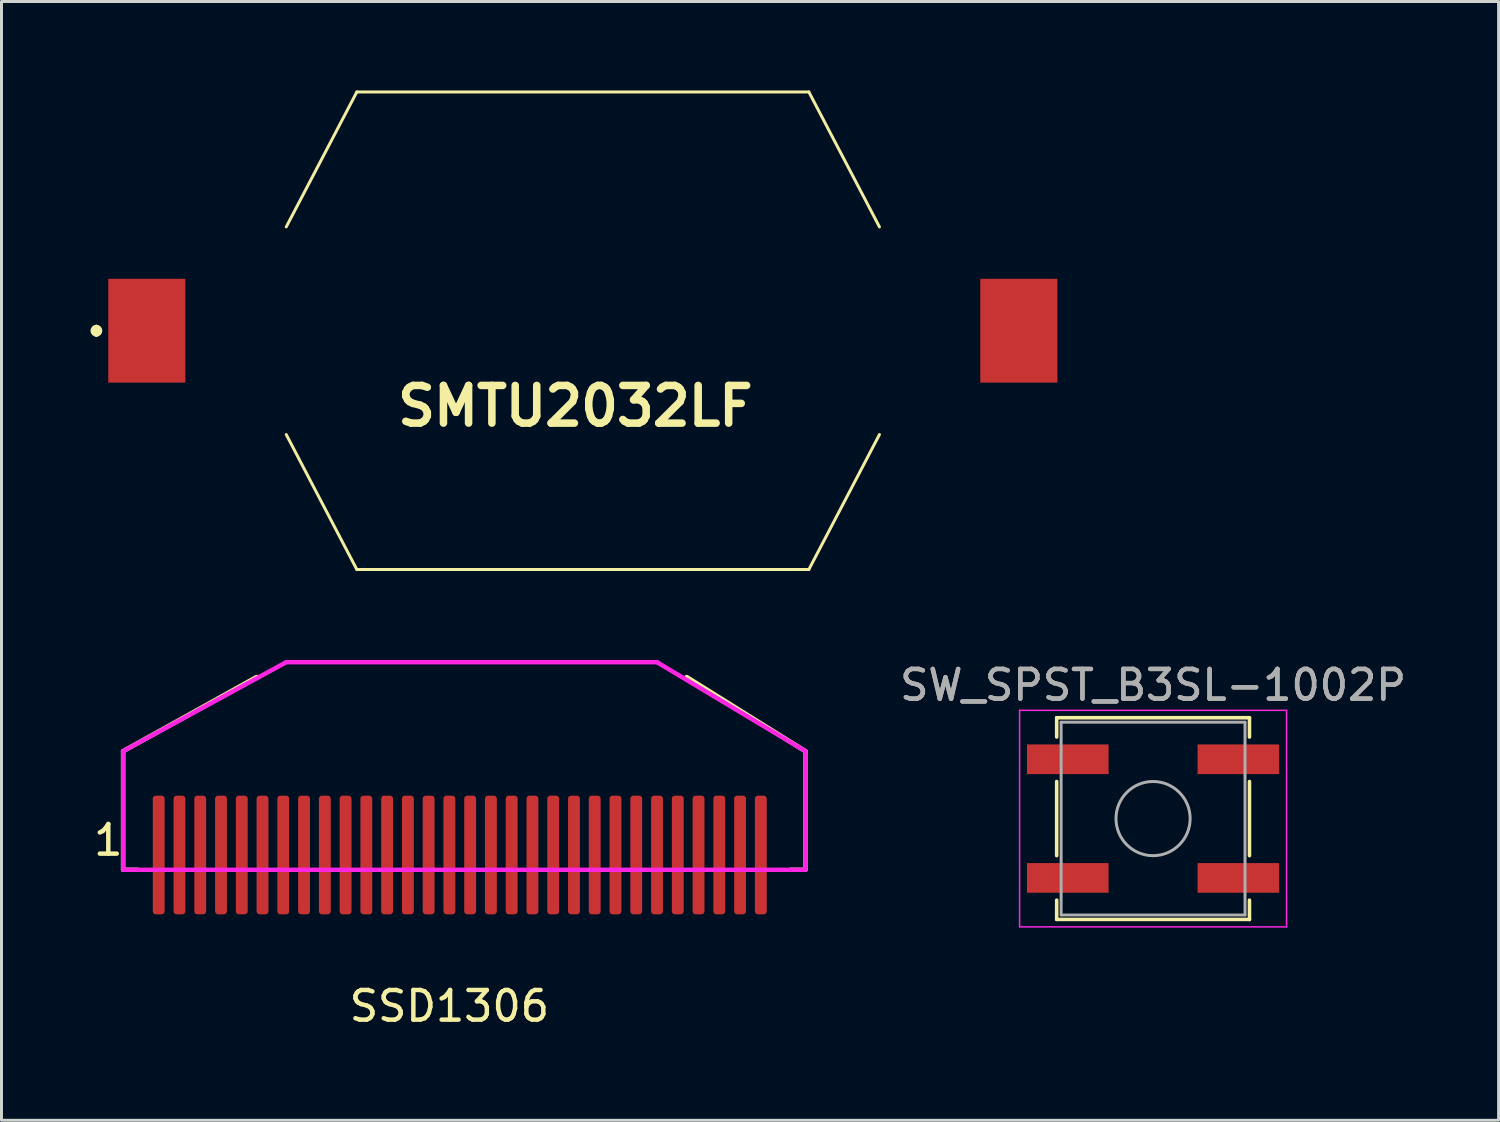
<source format=kicad_pcb>
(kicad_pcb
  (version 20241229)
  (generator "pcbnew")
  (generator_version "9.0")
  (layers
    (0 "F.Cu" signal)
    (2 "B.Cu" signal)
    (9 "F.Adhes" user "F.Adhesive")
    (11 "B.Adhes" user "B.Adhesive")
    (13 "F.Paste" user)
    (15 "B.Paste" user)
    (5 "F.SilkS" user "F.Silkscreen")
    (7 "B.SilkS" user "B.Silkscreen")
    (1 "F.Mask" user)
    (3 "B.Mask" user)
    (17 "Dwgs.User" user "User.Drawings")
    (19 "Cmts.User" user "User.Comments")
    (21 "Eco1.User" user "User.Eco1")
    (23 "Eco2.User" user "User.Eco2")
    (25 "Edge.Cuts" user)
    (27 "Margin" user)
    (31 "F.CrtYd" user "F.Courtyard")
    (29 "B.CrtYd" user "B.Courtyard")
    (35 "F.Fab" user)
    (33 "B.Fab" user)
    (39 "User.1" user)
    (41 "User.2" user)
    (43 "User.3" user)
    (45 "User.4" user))
  (footprint "SSD1306"
    (layer "F.Cu")
    (at 12.101 24.775)
    (property "Reference" "SSD1306" (at 0 6.096 0) (layer "F.SilkS") (effects (font (size 1 1) (thickness 0.15))))
    (attr through_hole)
    (fp_line (start -11 -2.5) (end -11 1.5) (stroke (width 0.15) (type solid)) (layer "F.SilkS"))
    (fp_line (start -11 1.5) (end -10.5 1.5) (stroke (width 0.15) (type solid)) (layer "F.SilkS"))
    (fp_line (start -6.5 -5) (end -11 -2.5) (stroke (width 0.15) (type solid)) (layer "F.SilkS"))
    (fp_line (start 12 -2.5) (end 8 -5) (stroke (width 0.15) (type solid)) (layer "F.SilkS"))
    (fp_line (start 12 1.5) (end 11.5 1.5) (stroke (width 0.15) (type solid)) (layer "F.SilkS"))
    (fp_line (start 12 1.5) (end 12 -2.5) (stroke (width 0.15) (type solid)) (layer "F.SilkS"))
    (fp_line (start -11 -2.5) (end -11 1.5) (stroke (width 0.15) (type solid)) (layer "F.CrtYd"))
    (fp_line (start -11 1.5) (end 12 1.5) (stroke (width 0.15) (type solid)) (layer "F.CrtYd"))
    (fp_line (start -5.5 -5.5) (end -11 -2.5) (stroke (width 0.15) (type solid)) (layer "F.CrtYd"))
    (fp_line (start 7 -5.5) (end -5.5 -5.5) (stroke (width 0.15) (type solid)) (layer "F.CrtYd"))
    (fp_line (start 12 -2.5) (end 7 -5.5) (stroke (width 0.15) (type solid)) (layer "F.CrtYd"))
    (fp_line (start 12 1.5) (end 12 -2.5) (stroke (width 0.15) (type solid)) (layer "F.CrtYd"))
    (fp_text user "1" (at -11.5 0.5 0) (layer "F.SilkS") (effects (font (size 1 1) (thickness 0.15))))
    (pad "1" smd roundrect (at -9.8 1) (size 0.4 4) (layers "F.Cu" "F.Mask" "F.Paste") (roundrect_rratio 0.25))
    (pad "2" smd roundrect (at -9.1 1) (size 0.4 4) (layers "F.Cu" "F.Mask" "F.Paste") (roundrect_rratio 0.25))
    (pad "3" smd roundrect (at -8.4 1) (size 0.4 4) (layers "F.Cu" "F.Mask" "F.Paste") (roundrect_rratio 0.25))
    (pad "4" smd roundrect (at -7.7 1) (size 0.4 4) (layers "F.Cu" "F.Mask" "F.Paste") (roundrect_rratio 0.25))
    (pad "5" smd roundrect (at -7 1) (size 0.4 4) (layers "F.Cu" "F.Mask" "F.Paste") (roundrect_rratio 0.25))
    (pad "6" smd roundrect (at -6.3 1) (size 0.4 4) (layers "F.Cu" "F.Mask" "F.Paste") (roundrect_rratio 0.25))
    (pad "7" smd roundrect (at -5.6 1) (size 0.4 4) (layers "F.Cu" "F.Mask" "F.Paste") (roundrect_rratio 0.25))
    (pad "8" smd roundrect (at -4.9 1) (size 0.4 4) (layers "F.Cu" "F.Mask" "F.Paste") (roundrect_rratio 0.25))
    (pad "9" smd roundrect (at -4.2 1) (size 0.4 4) (layers "F.Cu" "F.Mask" "F.Paste") (roundrect_rratio 0.25))
    (pad "10" smd roundrect (at -3.5 1) (size 0.4 4) (layers "F.Cu" "F.Mask" "F.Paste") (roundrect_rratio 0.25))
    (pad "11" smd roundrect (at -2.8 1) (size 0.4 4) (layers "F.Cu" "F.Mask" "F.Paste") (roundrect_rratio 0.25))
    (pad "12" smd roundrect (at -2.1 1) (size 0.4 4) (layers "F.Cu" "F.Mask" "F.Paste") (roundrect_rratio 0.25))
    (pad "13" smd roundrect (at -1.4 1) (size 0.4 4) (layers "F.Cu" "F.Mask" "F.Paste") (roundrect_rratio 0.25))
    (pad "14" smd roundrect (at -0.7 1) (size 0.4 4) (layers "F.Cu" "F.Mask" "F.Paste") (roundrect_rratio 0.25))
    (pad "15" smd roundrect (at 0 1) (size 0.4 4) (layers "F.Cu" "F.Mask" "F.Paste") (roundrect_rratio 0.25))
    (pad "16" smd roundrect (at 0.7 1) (size 0.4 4) (layers "F.Cu" "F.Mask" "F.Paste") (roundrect_rratio 0.25))
    (pad "17" smd roundrect (at 1.4 1) (size 0.4 4) (layers "F.Cu" "F.Mask" "F.Paste") (roundrect_rratio 0.25))
    (pad "18" smd roundrect (at 2.1 1) (size 0.4 4) (layers "F.Cu" "F.Mask" "F.Paste") (roundrect_rratio 0.25))
    (pad "19" smd roundrect (at 2.8 1) (size 0.4 4) (layers "F.Cu" "F.Mask" "F.Paste") (roundrect_rratio 0.25))
    (pad "20" smd roundrect (at 3.5 1) (size 0.4 4) (layers "F.Cu" "F.Mask" "F.Paste") (roundrect_rratio 0.25))
    (pad "21" smd roundrect (at 4.2 1) (size 0.4 4) (layers "F.Cu" "F.Mask" "F.Paste") (roundrect_rratio 0.25))
    (pad "22" smd roundrect (at 4.9 1) (size 0.4 4) (layers "F.Cu" "F.Mask" "F.Paste") (roundrect_rratio 0.25))
    (pad "23" smd roundrect (at 5.6 1) (size 0.4 4) (layers "F.Cu" "F.Mask" "F.Paste") (roundrect_rratio 0.25))
    (pad "24" smd roundrect (at 6.3 1) (size 0.4 4) (layers "F.Cu" "F.Mask" "F.Paste") (roundrect_rratio 0.25))
    (pad "25" smd roundrect (at 7 1) (size 0.4 4) (layers "F.Cu" "F.Mask" "F.Paste") (roundrect_rratio 0.25))
    (pad "26" smd roundrect (at 7.7 1) (size 0.4 4) (layers "F.Cu" "F.Mask" "F.Paste") (roundrect_rratio 0.25))
    (pad "27" smd roundrect (at 8.4 1) (size 0.4 4) (layers "F.Cu" "F.Mask" "F.Paste") (roundrect_rratio 0.25))
    (pad "28" smd roundrect (at 9.1 1) (size 0.4 4) (layers "F.Cu" "F.Mask" "F.Paste") (roundrect_rratio 0.25))
    (pad "29" smd roundrect (at 9.8 1) (size 0.4 4) (layers "F.Cu" "F.Mask" "F.Paste") (roundrect_rratio 0.25))
    (pad "30" smd roundrect (at 10.5 1) (size 0.4 4) (layers "F.Cu" "F.Mask" "F.Paste") (roundrect_rratio 0.25)))
  (footprint "SW_SPST_B3SL-1002P"
    (layer "F.Cu")
    (at 35.825 24.548)
    (property "Reference" "SW_SPST_B3SL-1002P" (at 0 -4.5 0) (layer "F.Fab") (effects (font (size 1 1) (thickness 0.15))))
    (attr smd)
    (fp_line (start -3.25 -3.4) (end -3.25 -2.75) (stroke (width 0.12) (type solid)) (layer "F.SilkS"))
    (fp_line (start -3.25 -1.25) (end -3.25 1.25) (stroke (width 0.12) (type solid)) (layer "F.SilkS"))
    (fp_line (start -3.25 3.4) (end -3.25 2.75) (stroke (width 0.12) (type solid)) (layer "F.SilkS"))
    (fp_line (start 3.25 -3.4) (end -3.25 -3.4) (stroke (width 0.12) (type solid)) (layer "F.SilkS"))
    (fp_line (start 3.25 -2.75) (end 3.25 -3.4) (stroke (width 0.12) (type solid)) (layer "F.SilkS"))
    (fp_line (start 3.25 -1.25) (end 3.25 1.25) (stroke (width 0.12) (type solid)) (layer "F.SilkS"))
    (fp_line (start 3.25 2.75) (end 3.25 3.4) (stroke (width 0.12) (type solid)) (layer "F.SilkS"))
    (fp_line (start 3.25 3.4) (end -3.25 3.4) (stroke (width 0.12) (type solid)) (layer "F.SilkS"))
    (fp_line (start -4.5 -3.65) (end -4.5 3.65) (stroke (width 0.05) (type solid)) (layer "F.CrtYd"))
    (fp_line (start -4.5 3.65) (end 4.5 3.65) (stroke (width 0.05) (type solid)) (layer "F.CrtYd"))
    (fp_line (start 4.5 -3.65) (end -4.5 -3.65) (stroke (width 0.05) (type solid)) (layer "F.CrtYd"))
    (fp_line (start 4.5 3.65) (end 4.5 -3.65) (stroke (width 0.05) (type solid)) (layer "F.CrtYd"))
    (fp_line (start -3.1 -3.25) (end 3.1 -3.25) (stroke (width 0.1) (type solid)) (layer "F.Fab"))
    (fp_line (start -3.1 3.25) (end -3.1 -3.25) (stroke (width 0.1) (type solid)) (layer "F.Fab"))
    (fp_line (start 3.1 -3.25) (end 3.1 3.25) (stroke (width 0.1) (type solid)) (layer "F.Fab"))
    (fp_line (start 3.1 3.25) (end -3.1 3.25) (stroke (width 0.1) (type solid)) (layer "F.Fab"))
    (fp_circle (center 0 0) (end 1.25 0) (stroke (width 0.1) (type solid)) (fill no) (layer "F.Fab"))
    (fp_text user "${REFERENCE}" (at 0 -4.5 0) (layer "F.Fab") (effects (font (size 1 1) (thickness 0.15))))
    (pad "1" smd rect (at -2.875 -2) (size 2.75 1) (layers "F.Cu" "F.Mask" "F.Paste"))
    (pad "1" smd rect (at 2.875 -2) (size 2.75 1) (layers "F.Cu" "F.Mask" "F.Paste"))
    (pad "2" smd rect (at -2.875 2) (size 2.75 1) (layers "F.Cu" "F.Mask" "F.Paste"))
    (pad "2" smd rect (at 2.875 2) (size 2.75 1) (layers "F.Cu" "F.Mask" "F.Paste")))
  (footprint "SMTU2032LF"
    (layer "F.Cu")
    (at 16.6 8.1)
    (property "Reference" "SMTU2032LF" (at -0.254 2.54 0) (layer "F.SilkS") (effects (font (size 1.27 1.27) (thickness 0.254))))
    (attr smd)
    (fp_line (start -16.4 -0.1) (end -16.4 -0.1) (stroke (width 0.2) (type solid)) (layer "F.SilkS"))
    (fp_line (start -16.4 0.1) (end -16.4 0.1) (stroke (width 0.2) (type solid)) (layer "F.SilkS"))
    (fp_line (start -10 -3.5) (end -7.62 -8.05) (stroke (width 0.1) (type solid)) (layer "F.SilkS"))
    (fp_line (start -10 3.5) (end -7.62 8.05) (stroke (width 0.1) (type solid)) (layer "F.SilkS"))
    (fp_line (start -7.62 -8.05) (end 7.62 -8.05) (stroke (width 0.1) (type solid)) (layer "F.SilkS"))
    (fp_line (start -7.62 8.05) (end 7.62 8.05) (stroke (width 0.1) (type solid)) (layer "F.SilkS"))
    (fp_line (start 7.62 -8.05) (end 10 -3.5) (stroke (width 0.1) (type solid)) (layer "F.SilkS"))
    (fp_line (start 7.62 8.05) (end 10 3.5) (stroke (width 0.1) (type solid)) (layer "F.SilkS"))
    (fp_arc (start -16.4 -0.1) (mid -16.3 0) (end -16.4 0.1) (stroke (width 0.2) (type solid)) (layer "F.SilkS"))
    (fp_arc (start -16.4 0.1) (mid -16.5 0) (end -16.4 -0.1) (stroke (width 0.2) (type solid)) (layer "F.SilkS"))
    (pad "1" smd rect (at -14.7 0) (size 2.6 3.5) (layers "F.Cu" "F.Mask" "F.Paste"))
    (pad "2" smd rect (at 14.7 0) (size 2.6 3.5) (layers "F.Cu" "F.Mask" "F.Paste")))
  (gr_rect
    (start -3 -3)
    (end 47.474 34.719)
    (stroke (width 0.1) (type default))
    (fill no)
    (layer "Edge.Cuts")))
</source>
